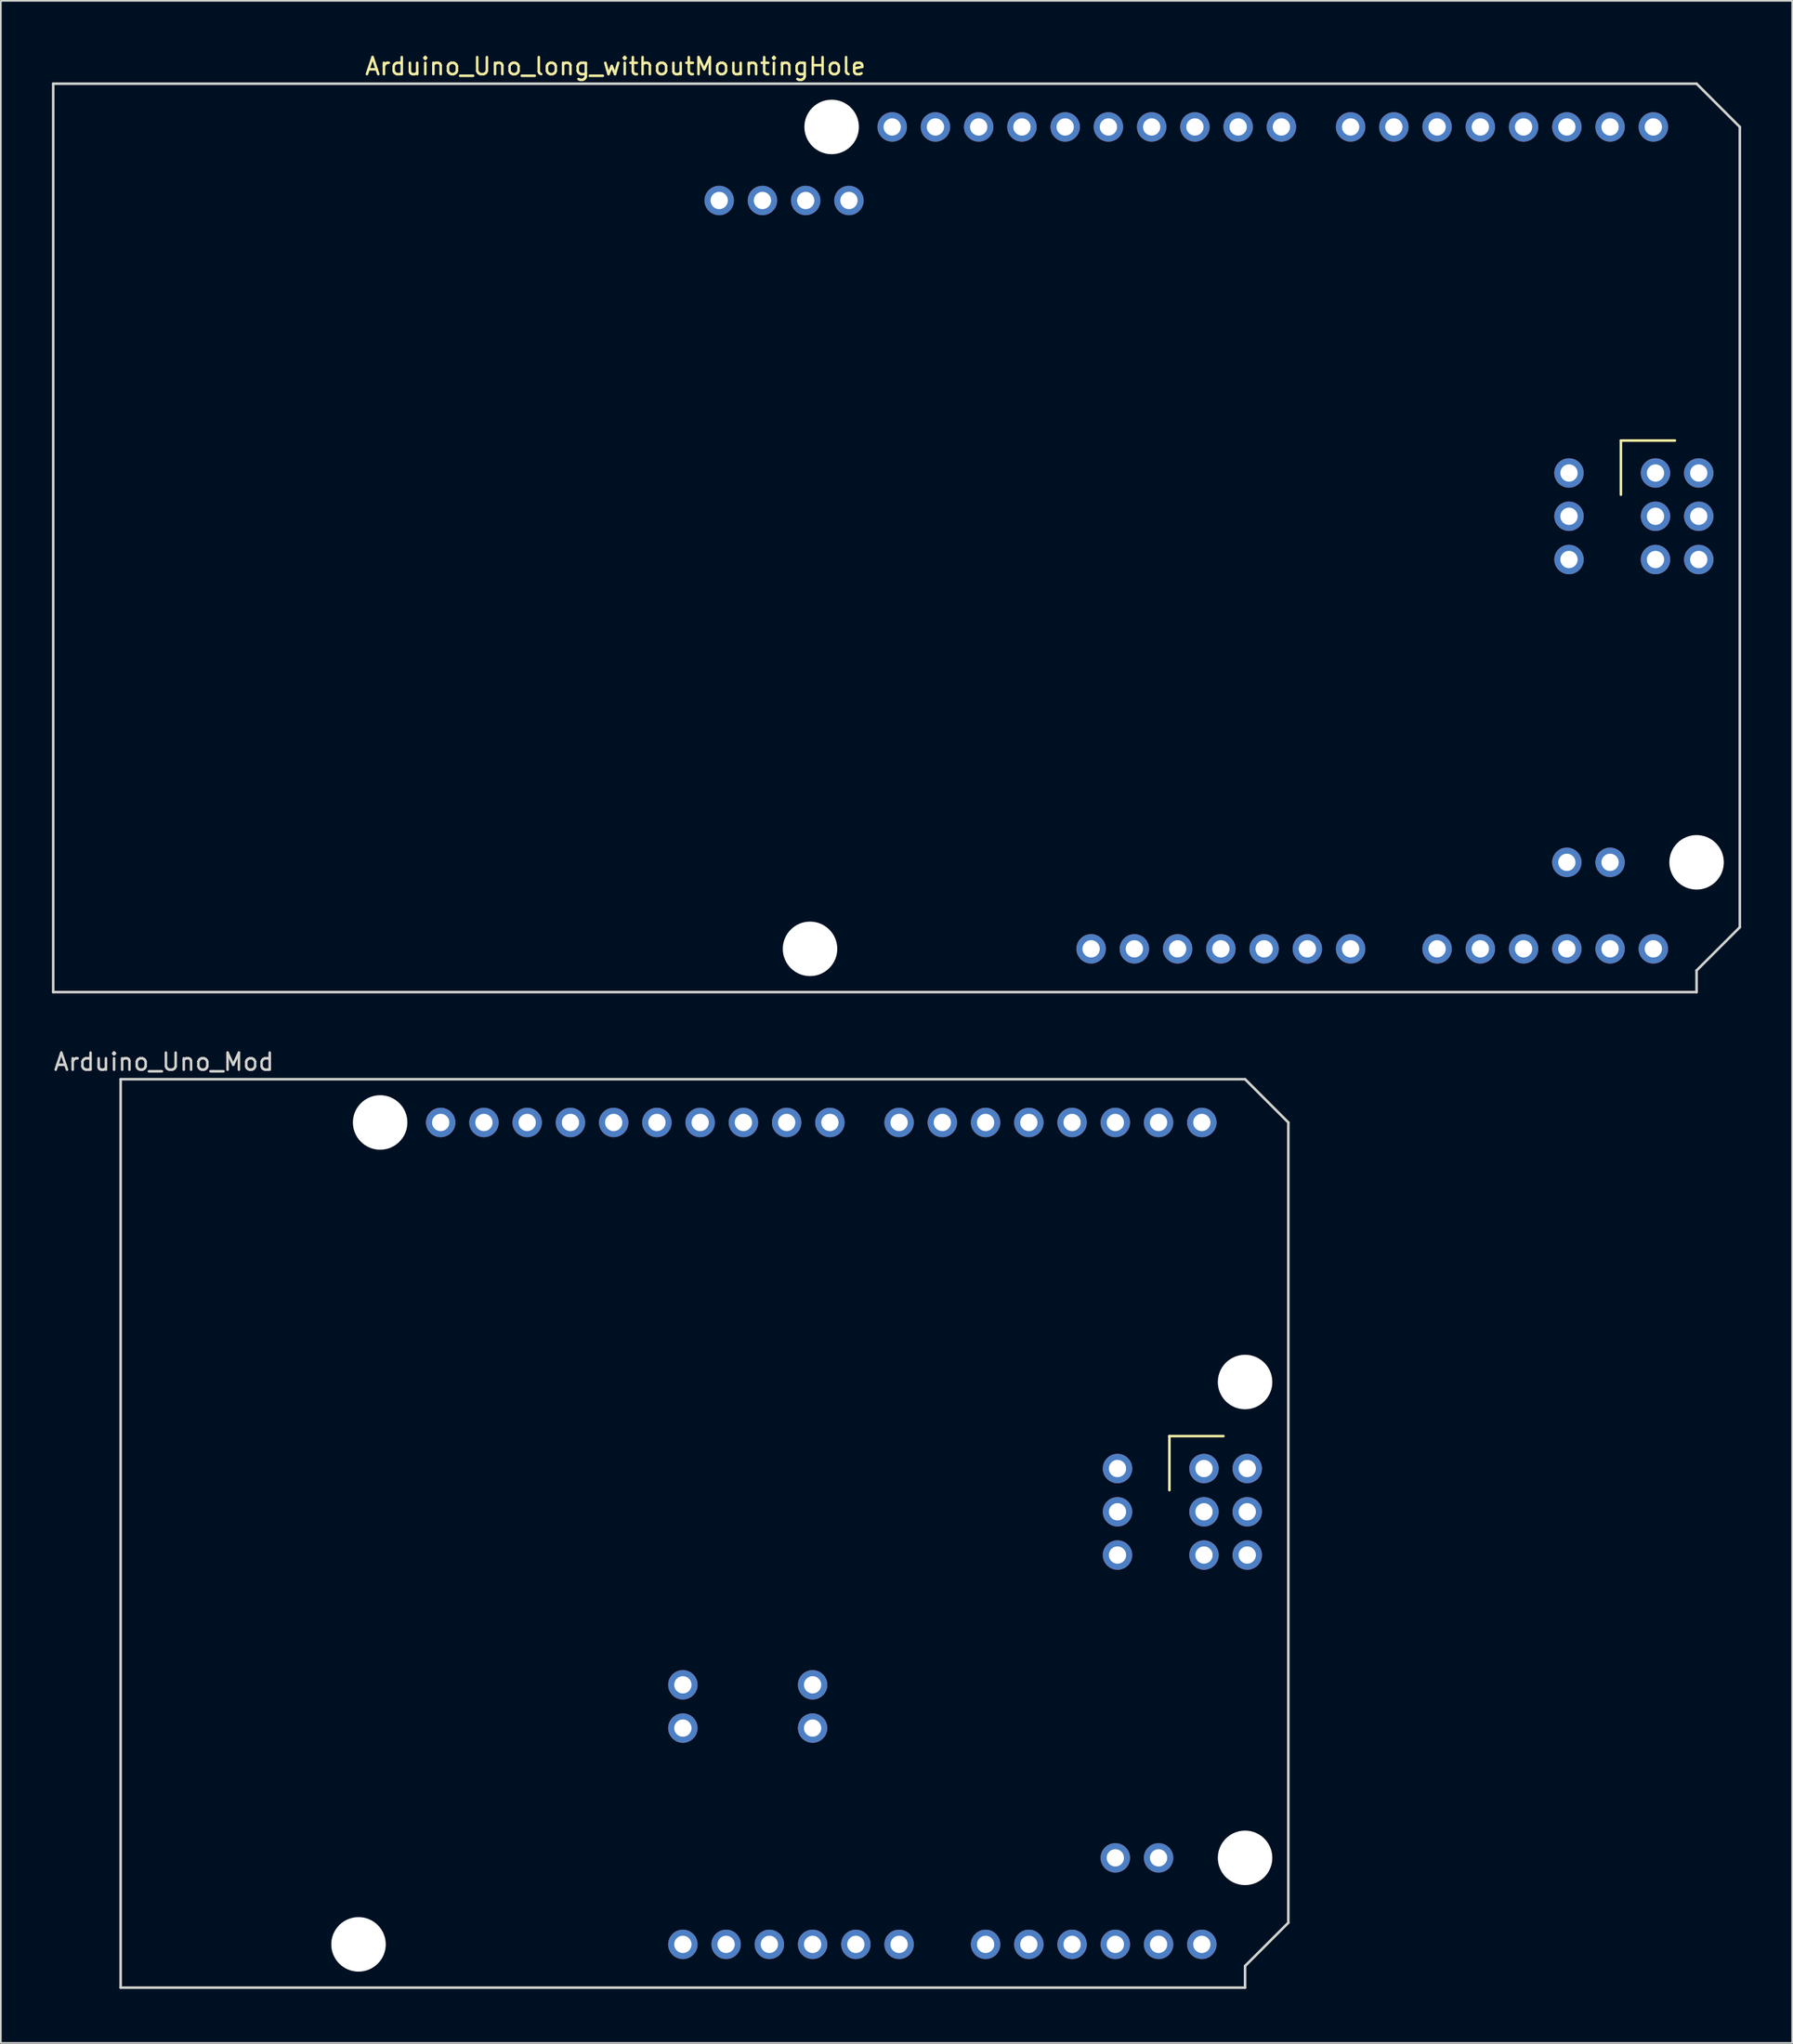
<source format=kicad_pcb>
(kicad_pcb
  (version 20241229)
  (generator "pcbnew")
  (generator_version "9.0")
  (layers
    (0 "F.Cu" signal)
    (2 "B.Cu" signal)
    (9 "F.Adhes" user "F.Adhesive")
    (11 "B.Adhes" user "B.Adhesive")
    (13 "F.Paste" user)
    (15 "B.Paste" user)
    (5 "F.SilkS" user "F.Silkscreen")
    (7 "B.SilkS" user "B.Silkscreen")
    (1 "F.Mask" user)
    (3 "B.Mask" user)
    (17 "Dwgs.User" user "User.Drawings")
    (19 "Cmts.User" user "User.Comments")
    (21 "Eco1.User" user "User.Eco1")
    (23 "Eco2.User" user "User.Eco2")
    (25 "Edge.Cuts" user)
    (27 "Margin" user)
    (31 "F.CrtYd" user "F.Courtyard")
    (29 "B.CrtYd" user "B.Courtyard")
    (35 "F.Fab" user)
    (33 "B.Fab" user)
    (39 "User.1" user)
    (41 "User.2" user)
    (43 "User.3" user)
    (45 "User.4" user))
  (footprint "Arduino_Uno_Mod"
    (layer "F.Cu")
    (at 4.037 113.659)
    (property "Reference" "Arduino_Uno_Mod" (at 2.54 -54.356 0) (layer "Edge.Cuts") (effects (font (size 1 1) (thickness 0.15))))
    (attr through_hole)
    (fp_line (start 61.595 -32.385) (end 61.595 -29.21) (stroke (width 0.15) (type solid)) (layer "F.SilkS"))
    (fp_line (start 61.595 -32.385) (end 64.77 -32.385) (stroke (width 0.15) (type solid)) (layer "F.SilkS"))
    (fp_line (start 0 -53.34) (end 0 0) (stroke (width 0.15) (type solid)) (layer "Edge.Cuts"))
    (fp_line (start 0 -53.34) (end 66.04 -53.34) (stroke (width 0.15) (type solid)) (layer "Edge.Cuts"))
    (fp_line (start 0 0) (end 66.04 0) (stroke (width 0.15) (type solid)) (layer "Edge.Cuts"))
    (fp_line (start 66.04 -53.34) (end 68.58 -50.8) (stroke (width 0.15) (type solid)) (layer "Edge.Cuts"))
    (fp_line (start 66.04 -1.27) (end 68.58 -3.81) (stroke (width 0.15) (type solid)) (layer "Edge.Cuts"))
    (fp_line (start 66.04 0) (end 66.04 -1.27) (stroke (width 0.15) (type solid)) (layer "Edge.Cuts"))
    (fp_line (start 68.58 -3.81) (end 68.58 -50.8) (stroke (width 0.15) (type solid)) (layer "Edge.Cuts"))
    (pad "" np_thru_hole circle (at 13.97 -2.54) (size 3.2 3.2) (drill 3.2) (layers "*.Cu" "*.Mask"))
    (pad "" np_thru_hole circle (at 15.24 -50.8) (size 3.2 3.2) (drill 3.2) (layers "*.Cu" "*.Mask"))
    (pad "" np_thru_hole circle (at 66.04 -35.56) (size 3.2 3.2) (drill 3.2) (layers "*.Cu" "*.Mask"))
    (pad "" np_thru_hole circle (at 66.04 -7.62) (size 3.2 3.2) (drill 3.2) (layers "*.Cu" "*.Mask"))
    (pad "3V3" thru_hole oval (at 35.56 -2.54) (size 1.727 1.727) (drill 1.016) (layers "*.Cu" "*.Mask"))
    (pad "5V" thru_hole oval (at 38.1 -2.54) (size 1.727 1.727) (drill 1.016) (layers "*.Cu" "*.Mask"))
    (pad "5V" thru_hole oval (at 66.167 -30.48) (size 1.727 1.727) (drill 1.016) (layers "*.Cu" "*.Mask"))
    (pad "AREF" thru_hole oval (at 23.876 -50.8) (size 1.727 1.727) (drill 1.016) (layers "*.Cu" "*.Mask"))
    (pad "D0" thru_hole oval (at 63.5 -50.8) (size 1.727 1.727) (drill 1.016) (layers "*.Cu" "*.Mask"))
    (pad "D1" thru_hole oval (at 60.96 -50.8) (size 1.727 1.727) (drill 1.016) (layers "*.Cu" "*.Mask"))
    (pad "D2" thru_hole oval (at 58.42 -50.8) (size 1.727 1.727) (drill 1.016) (layers "*.Cu" "*.Mask"))
    (pad "D3" thru_hole oval (at 55.88 -50.8) (size 1.727 1.727) (drill 1.016) (layers "*.Cu" "*.Mask"))
    (pad "D4" thru_hole oval (at 53.34 -50.8) (size 1.727 1.727) (drill 1.016) (layers "*.Cu" "*.Mask"))
    (pad "D5" thru_hole oval (at 50.8 -50.8) (size 1.727 1.727) (drill 1.016) (layers "*.Cu" "*.Mask"))
    (pad "D6" thru_hole oval (at 48.26 -50.8) (size 1.727 1.727) (drill 1.016) (layers "*.Cu" "*.Mask"))
    (pad "D7" thru_hole oval (at 45.72 -50.8) (size 1.727 1.727) (drill 1.016) (layers "*.Cu" "*.Mask"))
    (pad "D8" thru_hole oval (at 41.656 -50.8) (size 1.727 1.727) (drill 1.016) (layers "*.Cu" "*.Mask"))
    (pad "D9" thru_hole oval (at 39.116 -50.8) (size 1.727 1.727) (drill 1.016) (layers "*.Cu" "*.Mask"))
    (pad "D10" thru_hole oval (at 36.576 -50.8) (size 1.727 1.727) (drill 1.016) (layers "*.Cu" "*.Mask"))
    (pad "D11" thru_hole oval (at 34.036 -50.8) (size 1.727 1.727) (drill 1.016) (layers "*.Cu" "*.Mask"))
    (pad "D12" thru_hole oval (at 31.496 -50.8) (size 1.727 1.727) (drill 1.016) (layers "*.Cu" "*.Mask"))
    (pad "D13" thru_hole oval (at 28.956 -50.8) (size 1.727 1.727) (drill 1.016) (layers "*.Cu" "*.Mask"))
    (pad "D14" thru_hole oval (at 50.8 -2.54) (size 1.727 1.727) (drill 1.016) (layers "*.Cu" "*.Mask"))
    (pad "D15" thru_hole oval (at 53.34 -2.54) (size 1.727 1.727) (drill 1.016) (layers "*.Cu" "*.Mask"))
    (pad "D16" thru_hole oval (at 55.88 -2.54) (size 1.727 1.727) (drill 1.016) (layers "*.Cu" "*.Mask"))
    (pad "D17" thru_hole oval (at 58.42 -2.54) (size 1.727 1.727) (drill 1.016) (layers "*.Cu" "*.Mask"))
    (pad "D18" thru_hole oval (at 60.96 -2.54) (size 1.727 1.727) (drill 1.016) (layers "*.Cu" "*.Mask"))
    (pad "D19" thru_hole oval (at 63.5 -2.54) (size 1.727 1.727) (drill 1.016) (layers "*.Cu" "*.Mask"))
    (pad "D20" thru_hole oval (at 33.02 -15.24) (size 1.727 1.727) (drill 1.016) (layers "*.Cu" "*.Mask"))
    (pad "D21" thru_hole oval (at 33.02 -17.78) (size 1.727 1.727) (drill 1.016) (layers "*.Cu" "*.Mask"))
    (pad "D23" thru_hole oval (at 40.64 -17.78) (size 1.727 1.727) (drill 1.016) (layers "*.Cu" "*.Mask"))
    (pad "D24" thru_hole oval (at 40.64 -15.24) (size 1.727 1.727) (drill 1.016) (layers "*.Cu" "*.Mask"))
    (pad "D25" thru_hole oval (at 60.96 -7.62) (size 1.727 1.727) (drill 1.016) (layers "*.Cu" "*.Mask"))
    (pad "D26" thru_hole oval (at 58.42 -7.62) (size 1.727 1.727) (drill 1.016) (layers "*.Cu" "*.Mask"))
    (pad "GND" thru_hole oval (at 26.416 -50.8) (size 1.727 1.727) (drill 1.016) (layers "*.Cu" "*.Mask"))
    (pad "GND" thru_hole oval (at 40.64 -2.54) (size 1.727 1.727) (drill 1.016) (layers "*.Cu" "*.Mask"))
    (pad "GND" thru_hole oval (at 43.18 -2.54) (size 1.727 1.727) (drill 1.016) (layers "*.Cu" "*.Mask"))
    (pad "GND" thru_hole oval (at 66.167 -25.4) (size 1.727 1.727) (drill 1.016) (layers "*.Cu" "*.Mask"))
    (pad "MISO" thru_hole oval (at 63.627 -30.48) (size 1.727 1.727) (drill 1.016) (layers "*.Cu" "*.Mask"))
    (pad "MOSI" thru_hole oval (at 66.167 -27.94) (size 1.727 1.727) (drill 1.016) (layers "*.Cu" "*.Mask"))
    (pad "RST" thru_hole oval (at 33.02 -2.54) (size 1.727 1.727) (drill 1.016) (layers "*.Cu" "*.Mask"))
    (pad "RST" thru_hole oval (at 58.547 -25.4) (size 1.727 1.727) (drill 1.016) (layers "*.Cu" "*.Mask"))
    (pad "RST_OUT" thru_hole oval (at 58.547 -30.48) (size 1.727 1.727) (drill 1.016) (layers "*.Cu" "*.Mask"))
    (pad "SCK" thru_hole oval (at 63.627 -27.94) (size 1.727 1.727) (drill 1.016) (layers "*.Cu" "*.Mask"))
    (pad "SCL0" thru_hole oval (at 18.796 -50.8) (size 1.727 1.727) (drill 1.016) (layers "*.Cu" "*.Mask"))
    (pad "SDA0" thru_hole oval (at 21.336 -50.8) (size 1.727 1.727) (drill 1.016) (layers "*.Cu" "*.Mask"))
    (pad "SPI_RESET" thru_hole oval (at 58.547 -27.94) (size 1.727 1.727) (drill 1.016) (layers "*.Cu" "*.Mask"))
    (pad "SPI_RESET" thru_hole oval (at 63.627 -25.4) (size 1.727 1.727) (drill 1.016) (layers "*.Cu" "*.Mask"))
    (pad "VIN" thru_hole oval (at 45.72 -2.54) (size 1.727 1.727) (drill 1.016) (layers "*.Cu" "*.Mask")))
  (footprint "Arduino_Uno_long_withoutMountingHole"
    (layer "F.Cu")
    (at 30.555 55.204)
    (property "Reference" "Arduino_Uno_long_withoutMountingHole" (at 2.54 -54.356 0) (layer "F.SilkS") (effects (font (size 1 1) (thickness 0.15))))
    (attr through_hole)
    (fp_line (start 61.595 -32.385) (end 61.595 -29.21) (stroke (width 0.15) (type solid)) (layer "F.SilkS"))
    (fp_line (start 61.595 -32.385) (end 64.77 -32.385) (stroke (width 0.15) (type solid)) (layer "F.SilkS"))
    (fp_line (start -30.48 -53.34) (end -30.48 0) (stroke (width 0.15) (type solid)) (layer "Edge.Cuts"))
    (fp_line (start -30.48 -53.34) (end 66.04 -53.34) (stroke (width 0.15) (type solid)) (layer "Edge.Cuts"))
    (fp_line (start -30.48 0) (end 66.04 0) (stroke (width 0.15) (type solid)) (layer "Edge.Cuts"))
    (fp_line (start 66.04 -53.34) (end 68.58 -50.8) (stroke (width 0.15) (type solid)) (layer "Edge.Cuts"))
    (fp_line (start 66.04 -1.27) (end 68.58 -3.81) (stroke (width 0.15) (type solid)) (layer "Edge.Cuts"))
    (fp_line (start 66.04 0) (end 66.04 -1.27) (stroke (width 0.15) (type solid)) (layer "Edge.Cuts"))
    (fp_line (start 68.58 -3.81) (end 68.58 -50.8) (stroke (width 0.15) (type solid)) (layer "Edge.Cuts"))
    (pad "" np_thru_hole circle (at 13.97 -2.54) (size 3.2 3.2) (drill 3.2) (layers "*.Cu" "*.Mask"))
    (pad "" np_thru_hole circle (at 15.24 -50.8) (size 3.2 3.2) (drill 3.2) (layers "*.Cu" "*.Mask"))
    (pad "" np_thru_hole circle (at 66.04 -7.62) (size 3.2 3.2) (drill 3.2) (layers "*.Cu" "*.Mask"))
    (pad "3V3" thru_hole oval (at 35.56 -2.54) (size 1.727 1.727) (drill 1.016) (layers "*.Cu" "*.Mask"))
    (pad "5V" thru_hole oval (at 30.48 -2.54) (size 1.727 1.727) (drill 1.016) (layers "*.Cu" "*.Mask"))
    (pad "5V" thru_hole oval (at 66.167 -30.48) (size 1.727 1.727) (drill 1.016) (layers "*.Cu" "*.Mask"))
    (pad "AREF" thru_hole oval (at 23.876 -50.8) (size 1.727 1.727) (drill 1.016) (layers "*.Cu" "*.Mask"))
    (pad "D0" thru_hole oval (at 63.5 -50.8) (size 1.727 1.727) (drill 1.016) (layers "*.Cu" "*.Mask"))
    (pad "D1" thru_hole oval (at 60.96 -50.8) (size 1.727 1.727) (drill 1.016) (layers "*.Cu" "*.Mask"))
    (pad "D2" thru_hole oval (at 58.42 -50.8) (size 1.727 1.727) (drill 1.016) (layers "*.Cu" "*.Mask"))
    (pad "D3" thru_hole oval (at 55.88 -50.8) (size 1.727 1.727) (drill 1.016) (layers "*.Cu" "*.Mask"))
    (pad "D4" thru_hole oval (at 53.34 -50.8) (size 1.727 1.727) (drill 1.016) (layers "*.Cu" "*.Mask"))
    (pad "D5" thru_hole oval (at 50.8 -50.8) (size 1.727 1.727) (drill 1.016) (layers "*.Cu" "*.Mask"))
    (pad "D6" thru_hole oval (at 48.26 -50.8) (size 1.727 1.727) (drill 1.016) (layers "*.Cu" "*.Mask"))
    (pad "D7" thru_hole oval (at 45.72 -50.8) (size 1.727 1.727) (drill 1.016) (layers "*.Cu" "*.Mask"))
    (pad "D8" thru_hole oval (at 41.656 -50.8) (size 1.727 1.727) (drill 1.016) (layers "*.Cu" "*.Mask"))
    (pad "D9" thru_hole oval (at 39.116 -50.8) (size 1.727 1.727) (drill 1.016) (layers "*.Cu" "*.Mask"))
    (pad "D10" thru_hole oval (at 36.576 -50.8) (size 1.727 1.727) (drill 1.016) (layers "*.Cu" "*.Mask"))
    (pad "D11" thru_hole oval (at 34.036 -50.8) (size 1.727 1.727) (drill 1.016) (layers "*.Cu" "*.Mask"))
    (pad "D12" thru_hole oval (at 31.496 -50.8) (size 1.727 1.727) (drill 1.016) (layers "*.Cu" "*.Mask"))
    (pad "D13" thru_hole oval (at 28.956 -50.8) (size 1.727 1.727) (drill 1.016) (layers "*.Cu" "*.Mask"))
    (pad "D14" thru_hole oval (at 50.8 -2.54) (size 1.727 1.727) (drill 1.016) (layers "*.Cu" "*.Mask"))
    (pad "D15" thru_hole oval (at 53.34 -2.54) (size 1.727 1.727) (drill 1.016) (layers "*.Cu" "*.Mask"))
    (pad "D16" thru_hole oval (at 55.88 -2.54) (size 1.727 1.727) (drill 1.016) (layers "*.Cu" "*.Mask"))
    (pad "D17" thru_hole oval (at 58.42 -2.54) (size 1.727 1.727) (drill 1.016) (layers "*.Cu" "*.Mask"))
    (pad "D18" thru_hole oval (at 60.96 -2.54) (size 1.727 1.727) (drill 1.016) (layers "*.Cu" "*.Mask"))
    (pad "D19" thru_hole oval (at 63.5 -2.54) (size 1.727 1.727) (drill 1.016) (layers "*.Cu" "*.Mask"))
    (pad "D20" thru_hole oval (at 16.256 -46.482) (size 1.727 1.727) (drill 1.016) (layers "*.Cu" "*.Mask"))
    (pad "D21" thru_hole oval (at 13.716 -46.482) (size 1.727 1.727) (drill 1.016) (layers "*.Cu" "*.Mask"))
    (pad "D23" thru_hole oval (at 11.176 -46.482) (size 1.727 1.727) (drill 1.016) (layers "*.Cu" "*.Mask"))
    (pad "D24" thru_hole oval (at 8.636 -46.482) (size 1.727 1.727) (drill 1.016) (layers "*.Cu" "*.Mask"))
    (pad "D25" thru_hole oval (at 60.96 -7.62) (size 1.727 1.727) (drill 1.016) (layers "*.Cu" "*.Mask"))
    (pad "D26" thru_hole oval (at 58.42 -7.62) (size 1.727 1.727) (drill 1.016) (layers "*.Cu" "*.Mask"))
    (pad "GND" thru_hole oval (at 26.416 -50.8) (size 1.727 1.727) (drill 1.016) (layers "*.Cu" "*.Mask"))
    (pad "GND" thru_hole oval (at 40.64 -2.54) (size 1.727 1.727) (drill 1.016) (layers "*.Cu" "*.Mask"))
    (pad "GND" thru_hole oval (at 43.18 -2.54) (size 1.727 1.727) (drill 1.016) (layers "*.Cu" "*.Mask"))
    (pad "GND" thru_hole oval (at 66.167 -25.4) (size 1.727 1.727) (drill 1.016) (layers "*.Cu" "*.Mask"))
    (pad "MISO" thru_hole oval (at 63.627 -30.48) (size 1.727 1.727) (drill 1.016) (layers "*.Cu" "*.Mask"))
    (pad "MOSI" thru_hole oval (at 66.167 -27.94) (size 1.727 1.727) (drill 1.016) (layers "*.Cu" "*.Mask"))
    (pad "RST" thru_hole oval (at 33.02 -2.54) (size 1.727 1.727) (drill 1.016) (layers "*.Cu" "*.Mask"))
    (pad "RST" thru_hole oval (at 58.547 -25.4) (size 1.727 1.727) (drill 1.016) (layers "*.Cu" "*.Mask"))
    (pad "RST_OUT" thru_hole oval (at 58.547 -30.48) (size 1.727 1.727) (drill 1.016) (layers "*.Cu" "*.Mask"))
    (pad "SCK" thru_hole oval (at 63.627 -27.94) (size 1.727 1.727) (drill 1.016) (layers "*.Cu" "*.Mask"))
    (pad "SCL0" thru_hole oval (at 18.796 -50.8) (size 1.727 1.727) (drill 1.016) (layers "*.Cu" "*.Mask"))
    (pad "SDA0" thru_hole oval (at 21.336 -50.8) (size 1.727 1.727) (drill 1.016) (layers "*.Cu" "*.Mask"))
    (pad "SPI_RESET" thru_hole oval (at 58.547 -27.94) (size 1.727 1.727) (drill 1.016) (layers "*.Cu" "*.Mask"))
    (pad "SPI_RESET" thru_hole oval (at 63.627 -25.4) (size 1.727 1.727) (drill 1.016) (layers "*.Cu" "*.Mask"))
    (pad "VCC" thru_hole oval (at 38.1 -2.54) (size 1.727 1.727) (drill 1.016) (layers "*.Cu" "*.Mask"))
    (pad "VIN" thru_hole oval (at 45.72 -2.54) (size 1.727 1.727) (drill 1.016) (layers "*.Cu" "*.Mask")))
  (gr_rect
    (start -3 -3)
    (end 102.21 116.909)
    (stroke (width 0.1) (type default))
    (fill no)
    (layer "Edge.Cuts")))
</source>
